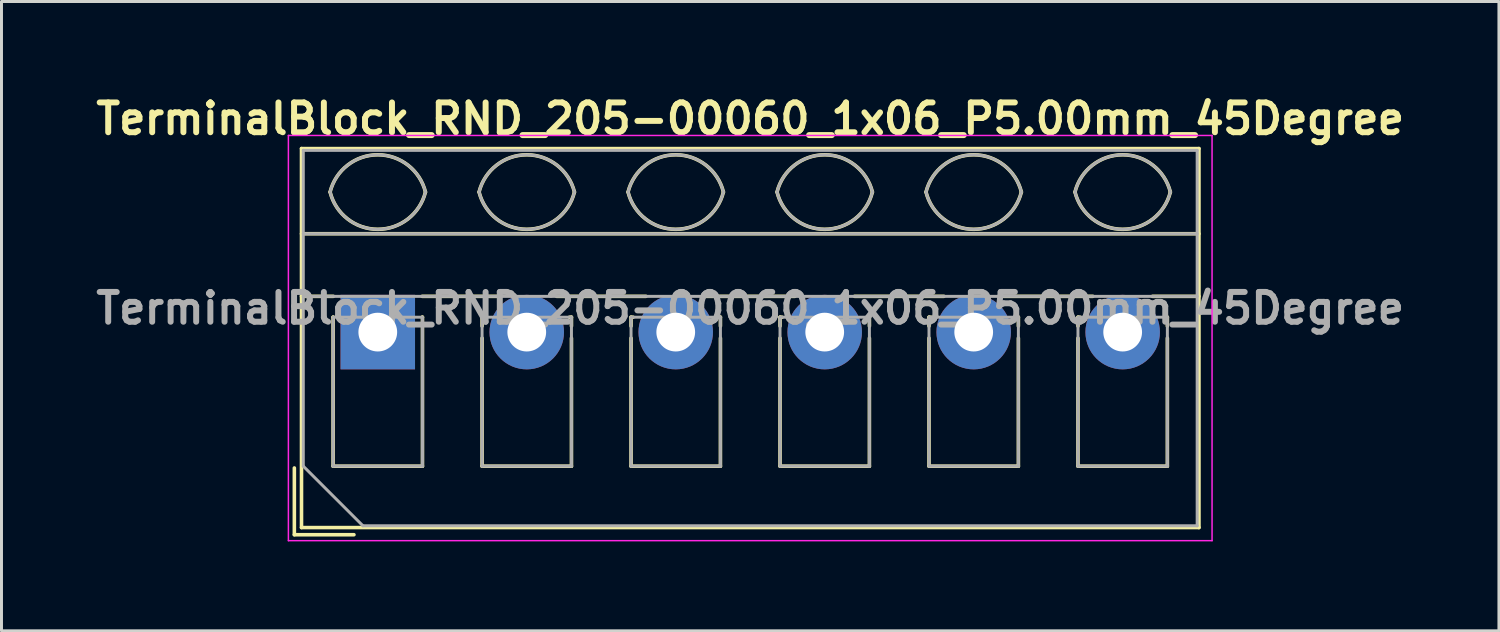
<source format=kicad_pcb>
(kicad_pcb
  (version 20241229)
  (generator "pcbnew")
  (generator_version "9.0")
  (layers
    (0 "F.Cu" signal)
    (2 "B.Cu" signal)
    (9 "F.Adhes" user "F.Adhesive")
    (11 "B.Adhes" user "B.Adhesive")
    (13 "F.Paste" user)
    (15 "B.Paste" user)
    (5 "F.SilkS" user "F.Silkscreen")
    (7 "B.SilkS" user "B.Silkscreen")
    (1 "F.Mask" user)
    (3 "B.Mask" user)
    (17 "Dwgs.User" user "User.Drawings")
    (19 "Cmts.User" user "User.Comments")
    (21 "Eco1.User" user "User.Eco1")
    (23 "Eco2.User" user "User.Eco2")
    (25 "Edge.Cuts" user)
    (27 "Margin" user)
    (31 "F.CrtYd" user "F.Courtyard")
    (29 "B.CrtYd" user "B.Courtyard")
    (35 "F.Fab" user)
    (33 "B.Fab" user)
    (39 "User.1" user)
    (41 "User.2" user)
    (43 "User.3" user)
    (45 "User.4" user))
  (footprint "TerminalBlock_RND_205-00060_1x06_P5.00mm_45Degree"
    (layer "F.Cu")
    (at 22.129 8.096)
    (property "Reference" "TerminalBlock_RND_205-00060_1x06_P5.00mm_45Degree" (at 0 -7.16 0) (layer "F.SilkS") (effects (font (size 1 1) (thickness 0.2))))
    (attr through_hole)
    (fp_line (start -15.3 4.56) (end -15.3 6.8) (stroke (width 0.12) (type solid)) (layer "F.SilkS"))
    (fp_line (start -15.3 6.8) (end -13.3 6.8) (stroke (width 0.12) (type solid)) (layer "F.SilkS"))
    (fp_line (start -15.06 -6.16) (end -15.06 6.56) (stroke (width 0.12) (type solid)) (layer "F.SilkS"))
    (fp_line (start -15.06 -6.16) (end 15.06 -6.16) (stroke (width 0.12) (type solid)) (layer "F.SilkS"))
    (fp_line (start -15.06 -3.301) (end 15.06 -3.301) (stroke (width 0.12) (type solid)) (layer "F.SilkS"))
    (fp_line (start -15.06 -1.201) (end -13.99 -1.201) (stroke (width 0.12) (type solid)) (layer "F.SilkS"))
    (fp_line (start -15.06 6.56) (end 15.06 6.56) (stroke (width 0.12) (type solid)) (layer "F.SilkS"))
    (fp_line (start -14 -0.5) (end -14 4.5) (stroke (width 0.12) (type solid)) (layer "F.SilkS"))
    (fp_line (start -14 -0.5) (end -13.99 -0.5) (stroke (width 0.12) (type solid)) (layer "F.SilkS"))
    (fp_line (start -14 4.5) (end -11 4.5) (stroke (width 0.12) (type solid)) (layer "F.SilkS"))
    (fp_line (start -11.01 -1.201) (end -8.5 -1.201) (stroke (width 0.12) (type solid)) (layer "F.SilkS"))
    (fp_line (start -11.01 -0.5) (end -11 -0.5) (stroke (width 0.12) (type solid)) (layer "F.SilkS"))
    (fp_line (start -11 -0.5) (end -11 4.5) (stroke (width 0.12) (type solid)) (layer "F.SilkS"))
    (fp_line (start -9 -0.5) (end -9 -0.202) (stroke (width 0.12) (type solid)) (layer "F.SilkS"))
    (fp_line (start -9 -0.5) (end -8.93 -0.5) (stroke (width 0.12) (type solid)) (layer "F.SilkS"))
    (fp_line (start -9 0.202) (end -9 4.5) (stroke (width 0.12) (type solid)) (layer "F.SilkS"))
    (fp_line (start -9 4.5) (end -6 4.5) (stroke (width 0.12) (type solid)) (layer "F.SilkS"))
    (fp_line (start -6.499 -1.201) (end -3.5 -1.201) (stroke (width 0.12) (type solid)) (layer "F.SilkS"))
    (fp_line (start -6.069 -0.5) (end -6 -0.5) (stroke (width 0.12) (type solid)) (layer "F.SilkS"))
    (fp_line (start -6 -0.5) (end -6 -0.202) (stroke (width 0.12) (type solid)) (layer "F.SilkS"))
    (fp_line (start -6 0.202) (end -6 4.5) (stroke (width 0.12) (type solid)) (layer "F.SilkS"))
    (fp_line (start -4 -0.5) (end -4 -0.202) (stroke (width 0.12) (type solid)) (layer "F.SilkS"))
    (fp_line (start -4 -0.5) (end -3.93 -0.5) (stroke (width 0.12) (type solid)) (layer "F.SilkS"))
    (fp_line (start -4 0.202) (end -4 4.5) (stroke (width 0.12) (type solid)) (layer "F.SilkS"))
    (fp_line (start -4 4.5) (end -1 4.5) (stroke (width 0.12) (type solid)) (layer "F.SilkS"))
    (fp_line (start -1.499 -1.201) (end 1.5 -1.201) (stroke (width 0.12) (type solid)) (layer "F.SilkS"))
    (fp_line (start -1.069 -0.5) (end -1 -0.5) (stroke (width 0.12) (type solid)) (layer "F.SilkS"))
    (fp_line (start -1 -0.5) (end -1 -0.202) (stroke (width 0.12) (type solid)) (layer "F.SilkS"))
    (fp_line (start -1 0.202) (end -1 4.5) (stroke (width 0.12) (type solid)) (layer "F.SilkS"))
    (fp_line (start 1 -0.5) (end 1 -0.202) (stroke (width 0.12) (type solid)) (layer "F.SilkS"))
    (fp_line (start 1 -0.5) (end 1.07 -0.5) (stroke (width 0.12) (type solid)) (layer "F.SilkS"))
    (fp_line (start 1 0.202) (end 1 4.5) (stroke (width 0.12) (type solid)) (layer "F.SilkS"))
    (fp_line (start 1 4.5) (end 4 4.5) (stroke (width 0.12) (type solid)) (layer "F.SilkS"))
    (fp_line (start 3.501 -1.201) (end 6.5 -1.201) (stroke (width 0.12) (type solid)) (layer "F.SilkS"))
    (fp_line (start 3.931 -0.5) (end 4 -0.5) (stroke (width 0.12) (type solid)) (layer "F.SilkS"))
    (fp_line (start 4 -0.5) (end 4 -0.202) (stroke (width 0.12) (type solid)) (layer "F.SilkS"))
    (fp_line (start 4 0.202) (end 4 4.5) (stroke (width 0.12) (type solid)) (layer "F.SilkS"))
    (fp_line (start 6 -0.5) (end 6 -0.202) (stroke (width 0.12) (type solid)) (layer "F.SilkS"))
    (fp_line (start 6 -0.5) (end 6.07 -0.5) (stroke (width 0.12) (type solid)) (layer "F.SilkS"))
    (fp_line (start 6 0.202) (end 6 4.5) (stroke (width 0.12) (type solid)) (layer "F.SilkS"))
    (fp_line (start 6 4.5) (end 9 4.5) (stroke (width 0.12) (type solid)) (layer "F.SilkS"))
    (fp_line (start 8.501 -1.201) (end 11.5 -1.201) (stroke (width 0.12) (type solid)) (layer "F.SilkS"))
    (fp_line (start 8.931 -0.5) (end 9 -0.5) (stroke (width 0.12) (type solid)) (layer "F.SilkS"))
    (fp_line (start 9 -0.5) (end 9 -0.202) (stroke (width 0.12) (type solid)) (layer "F.SilkS"))
    (fp_line (start 9 0.202) (end 9 4.5) (stroke (width 0.12) (type solid)) (layer "F.SilkS"))
    (fp_line (start 11 -0.5) (end 11 -0.202) (stroke (width 0.12) (type solid)) (layer "F.SilkS"))
    (fp_line (start 11 -0.5) (end 11.07 -0.5) (stroke (width 0.12) (type solid)) (layer "F.SilkS"))
    (fp_line (start 11 0.202) (end 11 4.5) (stroke (width 0.12) (type solid)) (layer "F.SilkS"))
    (fp_line (start 11 4.5) (end 14 4.5) (stroke (width 0.12) (type solid)) (layer "F.SilkS"))
    (fp_line (start 13.501 -1.201) (end 15.06 -1.201) (stroke (width 0.12) (type solid)) (layer "F.SilkS"))
    (fp_line (start 13.931 -0.5) (end 14 -0.5) (stroke (width 0.12) (type solid)) (layer "F.SilkS"))
    (fp_line (start 14 -0.5) (end 14 -0.202) (stroke (width 0.12) (type solid)) (layer "F.SilkS"))
    (fp_line (start 14 0.202) (end 14 4.5) (stroke (width 0.12) (type solid)) (layer "F.SilkS"))
    (fp_line (start 15.06 -6.16) (end 15.06 6.56) (stroke (width 0.12) (type solid)) (layer "F.SilkS"))
    (fp_arc (start -14.100914 -4.700344) (mid -12.499823 -5.95097) (end -10.899 -4.7) (stroke (width 0.12) (type solid)) (layer "F.SilkS"))
    (fp_arc (start -10.9 -4.7) (mid -12.500064 -3.45) (end -14.100031 -4.700125) (stroke (width 0.12) (type solid)) (layer "F.SilkS"))
    (fp_arc (start -9.100914 -4.700344) (mid -7.499823 -5.95097) (end -5.899 -4.7) (stroke (width 0.12) (type solid)) (layer "F.SilkS"))
    (fp_arc (start -5.9 -4.7) (mid -7.500064 -3.45) (end -9.100031 -4.700125) (stroke (width 0.12) (type solid)) (layer "F.SilkS"))
    (fp_arc (start -4.100914 -4.700344) (mid -2.499823 -5.95097) (end -0.899 -4.7) (stroke (width 0.12) (type solid)) (layer "F.SilkS"))
    (fp_arc (start -0.9 -4.7) (mid -2.500064 -3.45) (end -4.100031 -4.700125) (stroke (width 0.12) (type solid)) (layer "F.SilkS"))
    (fp_arc (start 0.899086 -4.700344) (mid 2.500177 -5.95097) (end 4.101 -4.7) (stroke (width 0.12) (type solid)) (layer "F.SilkS"))
    (fp_arc (start 4.1 -4.7) (mid 2.499936 -3.45) (end 0.899969 -4.700125) (stroke (width 0.12) (type solid)) (layer "F.SilkS"))
    (fp_arc (start 5.899086 -4.700344) (mid 7.500177 -5.95097) (end 9.101 -4.7) (stroke (width 0.12) (type solid)) (layer "F.SilkS"))
    (fp_arc (start 9.1 -4.7) (mid 7.499936 -3.45) (end 5.899969 -4.700125) (stroke (width 0.12) (type solid)) (layer "F.SilkS"))
    (fp_arc (start 10.899086 -4.700344) (mid 12.500177 -5.95097) (end 14.101 -4.7) (stroke (width 0.12) (type solid)) (layer "F.SilkS"))
    (fp_arc (start 14.1 -4.7) (mid 12.499936 -3.45) (end 10.899969 -4.700125) (stroke (width 0.12) (type solid)) (layer "F.SilkS"))
    (fp_line (start -15.5 -6.6) (end -15.5 7) (stroke (width 0.05) (type solid)) (layer "F.CrtYd"))
    (fp_line (start -15.5 7) (end 15.5 7) (stroke (width 0.05) (type solid)) (layer "F.CrtYd"))
    (fp_line (start 15.5 -6.6) (end -15.5 -6.6) (stroke (width 0.05) (type solid)) (layer "F.CrtYd"))
    (fp_line (start 15.5 7) (end 15.5 -6.6) (stroke (width 0.05) (type solid)) (layer "F.CrtYd"))
    (fp_line (start -15 -6.1) (end 15 -6.1) (stroke (width 0.1) (type solid)) (layer "F.Fab"))
    (fp_line (start -15 -3.3) (end 15 -3.3) (stroke (width 0.1) (type solid)) (layer "F.Fab"))
    (fp_line (start -15 -1.2) (end 15 -1.2) (stroke (width 0.1) (type solid)) (layer "F.Fab"))
    (fp_line (start -15 4.5) (end -15 -6.1) (stroke (width 0.1) (type solid)) (layer "F.Fab"))
    (fp_line (start -14 -0.5) (end -14 4.5) (stroke (width 0.1) (type solid)) (layer "F.Fab"))
    (fp_line (start -14 4.5) (end -11 4.5) (stroke (width 0.1) (type solid)) (layer "F.Fab"))
    (fp_line (start -13 6.5) (end -15 4.5) (stroke (width 0.1) (type solid)) (layer "F.Fab"))
    (fp_line (start -11 -0.5) (end -14 -0.5) (stroke (width 0.1) (type solid)) (layer "F.Fab"))
    (fp_line (start -11 4.5) (end -11 -0.5) (stroke (width 0.1) (type solid)) (layer "F.Fab"))
    (fp_line (start -9 -0.5) (end -9 4.5) (stroke (width 0.1) (type solid)) (layer "F.Fab"))
    (fp_line (start -9 4.5) (end -6 4.5) (stroke (width 0.1) (type solid)) (layer "F.Fab"))
    (fp_line (start -6 -0.5) (end -9 -0.5) (stroke (width 0.1) (type solid)) (layer "F.Fab"))
    (fp_line (start -6 4.5) (end -6 -0.5) (stroke (width 0.1) (type solid)) (layer "F.Fab"))
    (fp_line (start -4 -0.5) (end -4 4.5) (stroke (width 0.1) (type solid)) (layer "F.Fab"))
    (fp_line (start -4 4.5) (end -1 4.5) (stroke (width 0.1) (type solid)) (layer "F.Fab"))
    (fp_line (start -1 -0.5) (end -4 -0.5) (stroke (width 0.1) (type solid)) (layer "F.Fab"))
    (fp_line (start -1 4.5) (end -1 -0.5) (stroke (width 0.1) (type solid)) (layer "F.Fab"))
    (fp_line (start 1 -0.5) (end 1 4.5) (stroke (width 0.1) (type solid)) (layer "F.Fab"))
    (fp_line (start 1 4.5) (end 4 4.5) (stroke (width 0.1) (type solid)) (layer "F.Fab"))
    (fp_line (start 4 -0.5) (end 1 -0.5) (stroke (width 0.1) (type solid)) (layer "F.Fab"))
    (fp_line (start 4 4.5) (end 4 -0.5) (stroke (width 0.1) (type solid)) (layer "F.Fab"))
    (fp_line (start 6 -0.5) (end 6 4.5) (stroke (width 0.1) (type solid)) (layer "F.Fab"))
    (fp_line (start 6 4.5) (end 9 4.5) (stroke (width 0.1) (type solid)) (layer "F.Fab"))
    (fp_line (start 9 -0.5) (end 6 -0.5) (stroke (width 0.1) (type solid)) (layer "F.Fab"))
    (fp_line (start 9 4.5) (end 9 -0.5) (stroke (width 0.1) (type solid)) (layer "F.Fab"))
    (fp_line (start 11 -0.5) (end 11 4.5) (stroke (width 0.1) (type solid)) (layer "F.Fab"))
    (fp_line (start 11 4.5) (end 14 4.5) (stroke (width 0.1) (type solid)) (layer "F.Fab"))
    (fp_line (start 14 -0.5) (end 11 -0.5) (stroke (width 0.1) (type solid)) (layer "F.Fab"))
    (fp_line (start 14 4.5) (end 14 -0.5) (stroke (width 0.1) (type solid)) (layer "F.Fab"))
    (fp_line (start 15 -6.1) (end 15 6.5) (stroke (width 0.1) (type solid)) (layer "F.Fab"))
    (fp_line (start 15 6.5) (end -13 6.5) (stroke (width 0.1) (type solid)) (layer "F.Fab"))
    (fp_arc (start -14.100914 -4.700344) (mid -12.499823 -5.95097) (end -10.899 -4.7) (stroke (width 0.1) (type solid)) (layer "F.Fab"))
    (fp_arc (start -10.9 -4.7) (mid -12.500064 -3.45) (end -14.100031 -4.700125) (stroke (width 0.1) (type solid)) (layer "F.Fab"))
    (fp_arc (start -9.100914 -4.700344) (mid -7.499823 -5.95097) (end -5.899 -4.7) (stroke (width 0.1) (type solid)) (layer "F.Fab"))
    (fp_arc (start -5.9 -4.7) (mid -7.500064 -3.45) (end -9.100031 -4.700125) (stroke (width 0.1) (type solid)) (layer "F.Fab"))
    (fp_arc (start -4.100914 -4.700344) (mid -2.499823 -5.95097) (end -0.899 -4.7) (stroke (width 0.1) (type solid)) (layer "F.Fab"))
    (fp_arc (start -0.9 -4.7) (mid -2.500064 -3.45) (end -4.100031 -4.700125) (stroke (width 0.1) (type solid)) (layer "F.Fab"))
    (fp_arc (start 0.899086 -4.700344) (mid 2.500177 -5.95097) (end 4.101 -4.7) (stroke (width 0.1) (type solid)) (layer "F.Fab"))
    (fp_arc (start 4.1 -4.7) (mid 2.499936 -3.45) (end 0.899969 -4.700125) (stroke (width 0.1) (type solid)) (layer "F.Fab"))
    (fp_arc (start 5.899086 -4.700344) (mid 7.500177 -5.95097) (end 9.101 -4.7) (stroke (width 0.1) (type solid)) (layer "F.Fab"))
    (fp_arc (start 9.1 -4.7) (mid 7.499936 -3.45) (end 5.899969 -4.700125) (stroke (width 0.1) (type solid)) (layer "F.Fab"))
    (fp_arc (start 10.899086 -4.700344) (mid 12.500177 -5.95097) (end 14.101 -4.7) (stroke (width 0.1) (type solid)) (layer "F.Fab"))
    (fp_arc (start 14.1 -4.7) (mid 12.499936 -3.45) (end 10.899969 -4.700125) (stroke (width 0.1) (type solid)) (layer "F.Fab"))
    (fp_text user "${REFERENCE}" (at 0 -0.8 0) (layer "F.Fab") (effects (font (size 1 1) (thickness 0.2))))
    (pad "1" thru_hole rect (at -12.5 0) (size 2.5 2.5) (drill 1.3) (layers "*.Cu" "*.Mask"))
    (pad "2" thru_hole circle (at -7.5 0) (size 2.5 2.5) (drill 1.3) (layers "*.Cu" "*.Mask"))
    (pad "3" thru_hole circle (at -2.5 0) (size 2.5 2.5) (drill 1.3) (layers "*.Cu" "*.Mask"))
    (pad "4" thru_hole circle (at 2.5 0) (size 2.5 2.5) (drill 1.3) (layers "*.Cu" "*.Mask"))
    (pad "5" thru_hole circle (at 7.5 0) (size 2.5 2.5) (drill 1.3) (layers "*.Cu" "*.Mask"))
    (pad "6" thru_hole circle (at 12.5 0) (size 2.5 2.5) (drill 1.3) (layers "*.Cu" "*.Mask")))
  (gr_rect
    (start -3 -3)
    (end 47.257 18.121)
    (stroke (width 0.1) (type default))
    (fill no)
    (layer "Edge.Cuts")))
</source>
